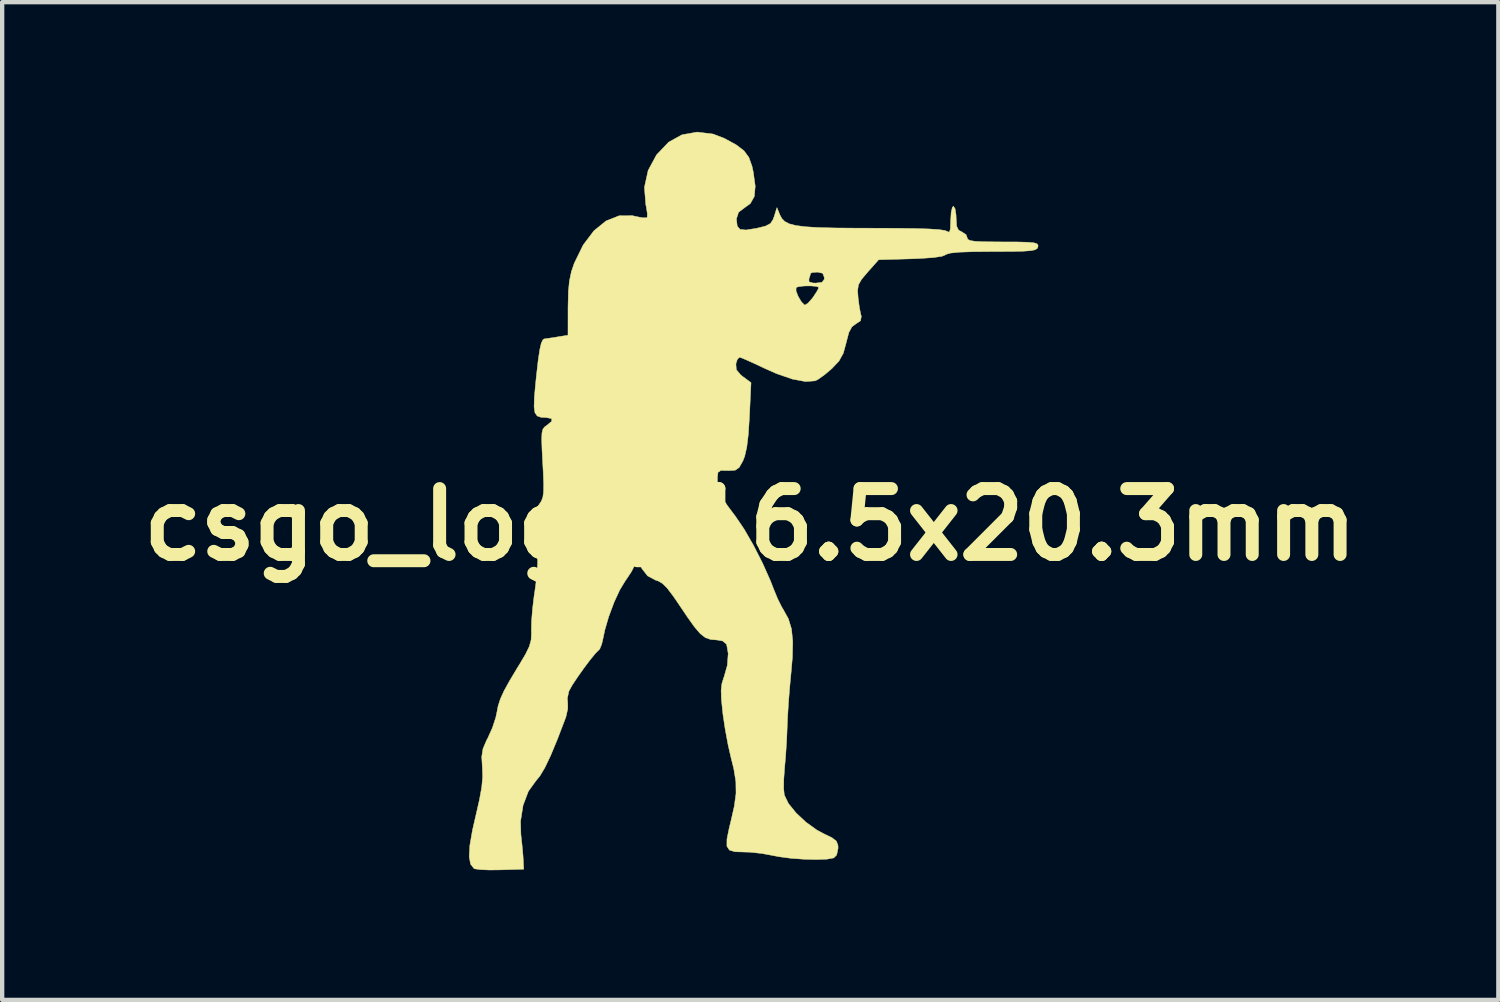
<source format=kicad_pcb>
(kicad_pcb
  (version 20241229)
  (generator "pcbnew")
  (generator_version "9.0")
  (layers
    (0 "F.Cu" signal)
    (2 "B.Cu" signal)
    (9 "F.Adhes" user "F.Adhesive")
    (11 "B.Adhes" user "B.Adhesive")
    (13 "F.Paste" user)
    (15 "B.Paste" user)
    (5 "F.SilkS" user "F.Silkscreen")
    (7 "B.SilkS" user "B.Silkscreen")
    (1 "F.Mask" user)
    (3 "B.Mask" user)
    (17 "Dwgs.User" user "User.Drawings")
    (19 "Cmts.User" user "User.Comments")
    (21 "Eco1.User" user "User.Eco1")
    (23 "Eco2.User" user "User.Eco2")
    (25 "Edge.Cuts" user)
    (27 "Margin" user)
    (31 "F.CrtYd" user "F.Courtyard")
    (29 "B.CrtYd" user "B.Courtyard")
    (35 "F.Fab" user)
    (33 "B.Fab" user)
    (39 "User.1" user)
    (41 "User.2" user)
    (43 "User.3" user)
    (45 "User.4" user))
  (footprint "csgo_logo_16.5x20.3mm"
    (layer "F.Cu")
    (at 14.304 9.086)
    (property "Reference" "csgo_logo_16.5x20.3mm" (at 0 0 0) (layer "F.SilkS") (effects (font (size 1.524 1.524) (thickness 0.3))))
    (attr through_hole)
    (fp_poly (pts (xy -0.86 -9.036) (xy -0.598 -8.935) (xy -0.325 -8.786) (xy -0.145 -8.649) (xy -0.032 -8.495) (xy 0.04 -8.294) (xy 0.07 -8.157) (xy 0.115 -7.829) (xy 0.094 -7.592) (xy 0.002 -7.428) (xy -0.128 -7.334) (xy -0.27 -7.227) (xy -0.317 -7.083) (xy -0.318 -7.051) (xy -0.301 -6.905) (xy -0.236 -6.83) (xy -0.099 -6.816) (xy 0.134 -6.853) (xy 0.151 -6.856) (xy 0.353 -6.906) (xy 0.467 -6.966) (xy 0.529 -7.06) (xy 0.554 -7.131) (xy 0.617 -7.334) (xy 0.685 -7.167) (xy 0.731 -7.081) (xy 0.8 -7.012) (xy 0.905 -6.958) (xy 1.059 -6.919) (xy 1.278 -6.891) (xy 1.574 -6.873) (xy 1.961 -6.863) (xy 2.452 -6.859) (xy 2.823 -6.858) (xy 3.376 -6.856) (xy 3.812 -6.85) (xy 4.139 -6.84) (xy 4.367 -6.825) (xy 4.505 -6.804) (xy 4.559 -6.782) (xy 4.604 -6.764) (xy 4.628 -6.836) (xy 4.635 -7.016) (xy 4.636 -7.036) (xy 4.647 -7.221) (xy 4.675 -7.341) (xy 4.699 -7.366) (xy 4.737 -7.309) (xy 4.76 -7.166) (xy 4.763 -7.088) (xy 4.774 -6.904) (xy 4.819 -6.811) (xy 4.889 -6.776) (xy 4.993 -6.707) (xy 5.016 -6.642) (xy 5.032 -6.6) (xy 5.09 -6.571) (xy 5.21 -6.553) (xy 5.412 -6.544) (xy 5.715 -6.541) (xy 5.847 -6.54) (xy 6.185 -6.539) (xy 6.416 -6.533) (xy 6.559 -6.52) (xy 6.633 -6.498) (xy 6.657 -6.462) (xy 6.655 -6.429) (xy 6.637 -6.388) (xy 6.587 -6.358) (xy 6.489 -6.338) (xy 6.323 -6.326) (xy 6.072 -6.32) (xy 5.716 -6.318) (xy 5.601 -6.318) (xy 5.159 -6.314) (xy 4.837 -6.303) (xy 4.63 -6.282) (xy 4.531 -6.253) (xy 4.522 -6.245) (xy 4.435 -6.208) (xy 4.232 -6.178) (xy 3.92 -6.157) (xy 3.723 -6.149) (xy 2.97 -6.128) (xy 2.716 -5.842) (xy 2.574 -5.674) (xy 2.503 -5.549) (xy 2.483 -5.416) (xy 2.496 -5.239) (xy 2.523 -5.033) (xy 2.555 -4.87) (xy 2.569 -4.821) (xy 2.552 -4.718) (xy 2.452 -4.651) (xy 2.352 -4.577) (xy 2.281 -4.446) (xy 2.222 -4.222) (xy 2.22 -4.212) (xy 2.153 -3.966) (xy 2.052 -3.784) (xy 1.884 -3.607) (xy 1.882 -3.605) (xy 1.714 -3.464) (xy 1.567 -3.36) (xy 1.502 -3.327) (xy 1.28 -3.31) (xy 0.976 -3.367) (xy 0.607 -3.494) (xy 0.319 -3.622) (xy 0.084 -3.733) (xy -0.108 -3.819) (xy -0.228 -3.867) (xy -0.251 -3.873) (xy -0.301 -3.819) (xy -0.332 -3.72) (xy -0.322 -3.585) (xy -0.22 -3.463) (xy -0.172 -3.425) (xy 0.018 -3.285) (xy -0.019 -2.496) (xy -0.044 -2.094) (xy -0.08 -1.796) (xy -0.128 -1.584) (xy -0.171 -1.473) (xy -0.257 -1.322) (xy -0.349 -1.259) (xy -0.497 -1.251) (xy -0.524 -1.252) (xy -0.679 -1.254) (xy -0.746 -1.212) (xy -0.76 -1.091) (xy -0.76 -1.03) (xy -0.751 -0.887) (xy -0.718 -0.76) (xy -0.648 -0.619) (xy -0.525 -0.436) (xy -0.339 -0.188) (xy -0.14 0.106) (xy 0.075 0.479) (xy 0.284 0.889) (xy 0.465 1.294) (xy 0.542 1.492) (xy 0.631 1.709) (xy 0.726 1.901) (xy 0.767 1.969) (xy 0.882 2.177) (xy 0.954 2.413) (xy 0.983 2.702) (xy 0.975 3.069) (xy 0.945 3.416) (xy 0.911 3.775) (xy 0.882 4.15) (xy 0.862 4.488) (xy 0.855 4.667) (xy 0.842 4.992) (xy 0.819 5.345) (xy 0.794 5.631) (xy 0.776 5.883) (xy 0.773 6.107) (xy 0.788 6.253) (xy 0.882 6.448) (xy 1.06 6.668) (xy 1.29 6.883) (xy 1.541 7.064) (xy 1.698 7.148) (xy 1.89 7.241) (xy 1.991 7.319) (xy 2.028 7.412) (xy 2.032 7.483) (xy 1.999 7.64) (xy 1.932 7.708) (xy 1.777 7.737) (xy 1.535 7.746) (xy 1.243 7.739) (xy 0.94 7.717) (xy 0.664 7.68) (xy 0.54 7.656) (xy 0.271 7.606) (xy -0.004 7.576) (xy -0.145 7.572) (xy -0.352 7.566) (xy -0.481 7.528) (xy -0.54 7.438) (xy -0.539 7.274) (xy -0.487 7.017) (xy -0.455 6.889) (xy -0.37 6.517) (xy -0.329 6.217) (xy -0.333 5.943) (xy -0.38 5.651) (xy -0.444 5.393) (xy -0.512 5.097) (xy -0.578 4.743) (xy -0.63 4.398) (xy -0.637 4.339) (xy -0.667 4.042) (xy -0.674 3.834) (xy -0.657 3.68) (xy -0.615 3.543) (xy -0.606 3.521) (xy -0.53 3.253) (xy -0.51 2.979) (xy -0.547 2.767) (xy -0.638 2.69) (xy -0.773 2.667) (xy -0.915 2.656) (xy -1.037 2.614) (xy -1.156 2.522) (xy -1.291 2.364) (xy -1.462 2.124) (xy -1.588 1.936) (xy -1.777 1.658) (xy -1.919 1.471) (xy -2.032 1.359) (xy -2.132 1.301) (xy -2.178 1.289) (xy -2.374 1.185) (xy -2.496 1.03) (xy -2.58 0.894) (xy -2.628 0.858) (xy -2.663 0.91) (xy -2.677 0.947) (xy -2.749 1.088) (xy -2.862 1.259) (xy -2.887 1.293) (xy -3.017 1.507) (xy -3.152 1.8) (xy -3.274 2.128) (xy -3.366 2.444) (xy -3.395 2.587) (xy -3.435 2.761) (xy -3.48 2.874) (xy -3.495 2.891) (xy -3.575 2.97) (xy -3.701 3.123) (xy -3.848 3.319) (xy -3.995 3.526) (xy -4.117 3.71) (xy -4.19 3.842) (xy -4.196 3.856) (xy -4.231 4.018) (xy -4.222 4.129) (xy -4.221 4.257) (xy -4.261 4.437) (xy -4.278 4.486) (xy -4.463 4.97) (xy -4.619 5.345) (xy -4.752 5.623) (xy -4.867 5.815) (xy -4.957 5.924) (xy -5.132 6.167) (xy -5.255 6.492) (xy -5.313 6.858) (xy -5.305 7.169) (xy -5.278 7.415) (xy -5.257 7.648) (xy -5.251 7.747) (xy -5.239 7.969) (xy -5.779 7.985) (xy -6.034 7.988) (xy -6.242 7.979) (xy -6.371 7.961) (xy -6.39 7.954) (xy -6.469 7.853) (xy -6.501 7.681) (xy -6.487 7.424) (xy -6.426 7.07) (xy -6.352 6.747) (xy -6.264 6.364) (xy -6.211 6.071) (xy -6.19 5.836) (xy -6.196 5.628) (xy -6.198 5.604) (xy -6.211 5.366) (xy -6.182 5.184) (xy -6.101 4.992) (xy -6.07 4.934) (xy -5.965 4.701) (xy -5.886 4.46) (xy -5.865 4.363) (xy -5.832 4.193) (xy -5.779 4.029) (xy -5.695 3.844) (xy -5.567 3.612) (xy -5.383 3.305) (xy -5.342 3.24) (xy -5.197 2.995) (xy -5.11 2.816) (xy -5.069 2.666) (xy -5.061 2.506) (xy -5.063 2.446) (xy -5.059 2.236) (xy -5.036 1.952) (xy -4.999 1.642) (xy -4.981 1.527) (xy -4.932 1.161) (xy -4.917 0.845) (xy -4.934 0.51) (xy -4.953 0.323) (xy -4.982 0.039) (xy -4.993 -0.15) (xy -4.983 -0.276) (xy -4.949 -0.369) (xy -4.888 -0.46) (xy -4.833 -0.543) (xy -4.798 -0.633) (xy -4.781 -0.755) (xy -4.778 -0.936) (xy -4.788 -1.202) (xy -4.8 -1.424) (xy -4.817 -1.752) (xy -4.824 -1.977) (xy -4.818 -2.121) (xy -4.797 -2.207) (xy -4.758 -2.26) (xy -4.708 -2.295) (xy -4.592 -2.391) (xy -4.594 -2.454) (xy -4.715 -2.477) (xy -4.715 -2.477) (xy -4.841 -2.484) (xy -4.928 -2.515) (xy -4.98 -2.589) (xy -5 -2.724) (xy -4.994 -2.939) (xy -4.966 -3.253) (xy -4.947 -3.438) (xy -4.906 -3.797) (xy -4.869 -4.046) (xy -4.833 -4.202) (xy -4.794 -4.28) (xy -4.763 -4.297) (xy -4.637 -4.315) (xy -4.459 -4.343) (xy -4.442 -4.346) (xy -4.216 -4.382) (xy -4.215 -5.033) (xy -4.207 -5.378) (xy -4.205 -5.407) (xy 1.059 -5.407) (xy 1.108 -5.28) (xy 1.182 -5.155) (xy 1.253 -5.083) (xy 1.267 -5.08) (xy 1.339 -5.127) (xy 1.44 -5.242) (xy 1.456 -5.264) (xy 1.543 -5.397) (xy 1.587 -5.481) (xy 1.587 -5.487) (xy 1.533 -5.512) (xy 1.402 -5.523) (xy 1.246 -5.521) (xy 1.114 -5.505) (xy 1.061 -5.485) (xy 1.059 -5.407) (xy -4.205 -5.407) (xy -4.183 -5.639) (xy -4.172 -5.688) (xy 1.358 -5.688) (xy 1.359 -5.617) (xy 1.451 -5.59) (xy 1.517 -5.588) (xy 1.66 -5.606) (xy 1.712 -5.676) (xy 1.714 -5.715) (xy 1.677 -5.815) (xy 1.556 -5.842) (xy 1.436 -5.833) (xy 1.397 -5.815) (xy 1.377 -5.741) (xy 1.358 -5.688) (xy -4.172 -5.688) (xy -4.136 -5.857) (xy -4.07 -6.05) (xy -3.864 -6.47) (xy -3.616 -6.798) (xy -3.335 -7.026) (xy -3.034 -7.145) (xy -2.723 -7.147) (xy -2.664 -7.133) (xy -2.5 -7.1) (xy -2.397 -7.1) (xy -2.384 -7.108) (xy -2.38 -7.192) (xy -2.404 -7.347) (xy -2.416 -7.401) (xy -2.448 -7.802) (xy -2.362 -8.194) (xy -2.168 -8.554) (xy -1.888 -8.848) (xy -1.581 -9.018) (xy -1.229 -9.081) (xy -0.86 -9.036)) (stroke (width 0.01) (type solid)) (fill yes) (layer "F.SilkS")))
  (gr_rect
    (start -3 -3)
    (end 31.608 20.078)
    (stroke (width 0.1) (type default))
    (fill no)
    (layer "Edge.Cuts")))
</source>
